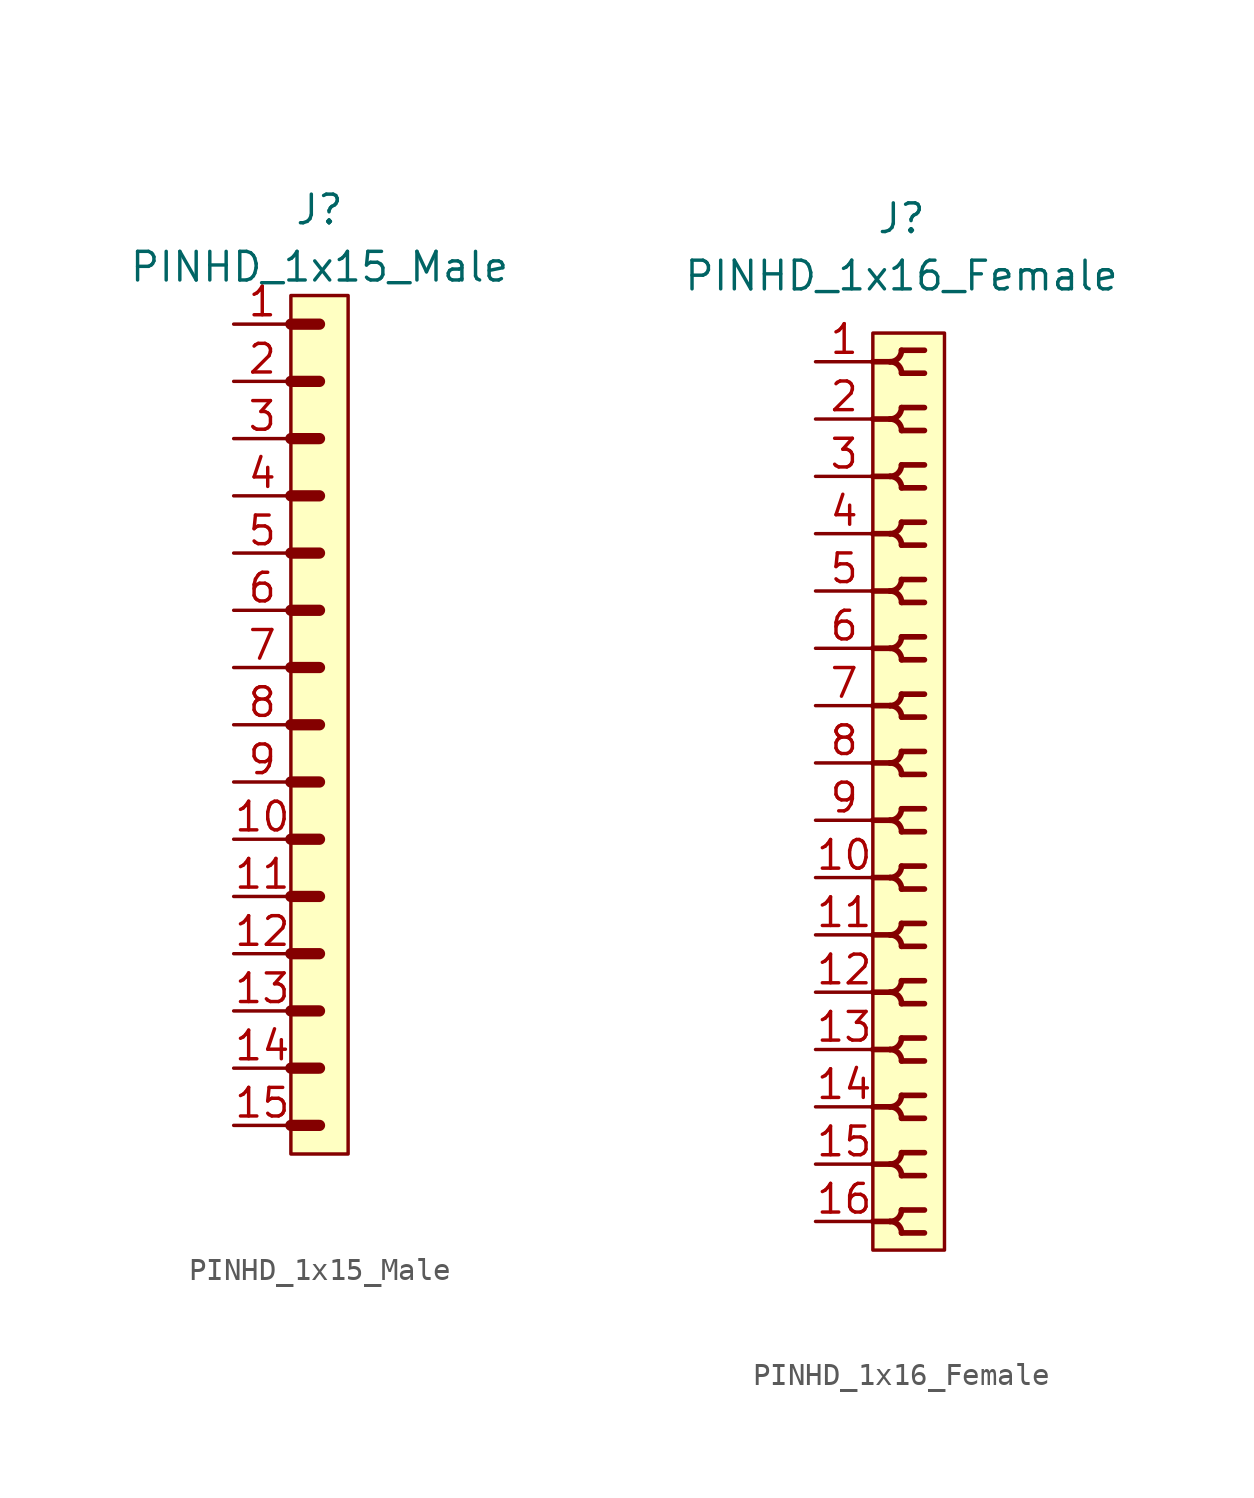
<source format=kicad_sym>
(kicad_symbol_lib
  (version 20211014)
  (generator kicad_symbol_editor)
  (symbol "PINHD_1x15_Male"
    (property "Reference" "J"
      (at 0 22.86 0)
      (effects (font (size 1.27 1.27))))
    (property "Value" "PINHD_1x15_Male"
      (at 0 20.32 0)
      (effects (font (size 1.27 1.27))))
    (symbol "PINHD_1x15_Male_0_1"
      (rectangle (start -1.27 19.05) (end 1.27 -19.05) (stroke (width 0) (type default) (color 0 0 0 0)) (fill (type background)))
      (polyline (pts (xy -1.27 -17.78) (xy 0 -17.78)) (stroke (width 0.5) (type default) (color 0 0 0 0)) (fill (type none)))
      (polyline (pts (xy -1.27 -15.24) (xy 0 -15.24)) (stroke (width 0.5) (type default) (color 0 0 0 0)) (fill (type none)))
      (polyline (pts (xy -1.27 -12.7) (xy 0 -12.7)) (stroke (width 0.5) (type default) (color 0 0 0 0)) (fill (type none)))
      (polyline (pts (xy -1.27 -10.16) (xy 0 -10.16)) (stroke (width 0.5) (type default) (color 0 0 0 0)) (fill (type none)))
      (polyline (pts (xy -1.27 -7.62) (xy 0 -7.62)) (stroke (width 0.5) (type default) (color 0 0 0 0)) (fill (type none)))
      (polyline (pts (xy -1.27 -5.08) (xy 0 -5.08)) (stroke (width 0.3) (type default) (color 0 0 0 0)) (fill (type none)))
      (polyline (pts (xy -1.27 -5.08) (xy 0 -5.08)) (stroke (width 0.5) (type default) (color 0 0 0 0)) (fill (type none)))
      (polyline (pts (xy -1.27 -2.54) (xy 0 -2.54)) (stroke (width 0.3) (type default) (color 0 0 0 0)) (fill (type none)))
      (polyline (pts (xy -1.27 -2.54) (xy 0 -2.54)) (stroke (width 0.5) (type default) (color 0 0 0 0)) (fill (type none)))
      (polyline (pts (xy -1.27 0) (xy 0 0)) (stroke (width 0.3) (type default) (color 0 0 0 0)) (fill (type none)))
      (polyline (pts (xy -1.27 0) (xy 0 0)) (stroke (width 0.5) (type default) (color 0 0 0 0)) (fill (type none)))
      (polyline (pts (xy -1.27 2.54) (xy 0 2.54)) (stroke (width 0.3) (type default) (color 0 0 0 0)) (fill (type none)))
      (polyline (pts (xy -1.27 2.54) (xy 0 2.54)) (stroke (width 0.5) (type default) (color 0 0 0 0)) (fill (type none)))
      (polyline (pts (xy -1.27 5.08) (xy 0 5.08)) (stroke (width 0.3) (type default) (color 0 0 0 0)) (fill (type none)))
      (polyline (pts (xy -1.27 5.08) (xy 0 5.08)) (stroke (width 0.5) (type default) (color 0 0 0 0)) (fill (type none)))
      (polyline (pts (xy -1.27 7.62) (xy 0 7.62)) (stroke (width 0.3) (type default) (color 0 0 0 0)) (fill (type none)))
      (polyline (pts (xy -1.27 7.62) (xy 0 7.62)) (stroke (width 0.5) (type default) (color 0 0 0 0)) (fill (type none)))
      (polyline (pts (xy -1.27 10.16) (xy 0 10.16)) (stroke (width 0.3) (type default) (color 0 0 0 0)) (fill (type none)))
      (polyline (pts (xy -1.27 10.16) (xy 0 10.16)) (stroke (width 0.5) (type default) (color 0 0 0 0)) (fill (type none)))
      (polyline (pts (xy -1.27 12.7) (xy 0 12.7)) (stroke (width 0.3) (type default) (color 0 0 0 0)) (fill (type none)))
      (polyline (pts (xy -1.27 12.7) (xy 0 12.7)) (stroke (width 0.5) (type default) (color 0 0 0 0)) (fill (type none)))
      (polyline (pts (xy -1.27 15.24) (xy 0 15.24)) (stroke (width 0.3) (type default) (color 0 0 0 0)) (fill (type none)))
      (polyline (pts (xy -1.27 15.24) (xy 0 15.24)) (stroke (width 0.5) (type default) (color 0 0 0 0)) (fill (type none)))
      (polyline (pts (xy -1.27 17.78) (xy 0 17.78)) (stroke (width 0.5) (type default) (color 0 0 0 0)) (fill (type none))))
    (symbol "PINHD_1x15_Male_1_1"
      (pin passive line (at -3.81 17.78 0) (length 2.54) (name "" (effects (font (size 1.27 1.27)))) (number "1" (effects (font (size 1.27 1.27)))))
      (pin passive line (at -3.81 -5.08 0) (length 2.54) (name "" (effects (font (size 1.27 1.27)))) (number "10" (effects (font (size 1.27 1.27)))))
      (pin passive line (at -3.81 -7.62 0) (length 2.54) (name "" (effects (font (size 1.27 1.27)))) (number "11" (effects (font (size 1.27 1.27)))))
      (pin passive line (at -3.81 -10.16 0) (length 2.54) (name "" (effects (font (size 1.27 1.27)))) (number "12" (effects (font (size 1.27 1.27)))))
      (pin passive line (at -3.81 -12.7 0) (length 2.54) (name "" (effects (font (size 1.27 1.27)))) (number "13" (effects (font (size 1.27 1.27)))))
      (pin passive line (at -3.81 -15.24 0) (length 2.54) (name "" (effects (font (size 1.27 1.27)))) (number "14" (effects (font (size 1.27 1.27)))))
      (pin passive line (at -3.81 -17.78 0) (length 2.54) (name "" (effects (font (size 1.27 1.27)))) (number "15" (effects (font (size 1.27 1.27)))))
      (pin passive line (at -3.81 15.24 0) (length 2.54) (name "" (effects (font (size 1.27 1.27)))) (number "2" (effects (font (size 1.27 1.27)))))
      (pin passive line (at -3.81 12.7 0) (length 2.54) (name "" (effects (font (size 1.27 1.27)))) (number "3" (effects (font (size 1.27 1.27)))))
      (pin passive line (at -3.81 10.16 0) (length 2.54) (name "" (effects (font (size 1.27 1.27)))) (number "4" (effects (font (size 1.27 1.27)))))
      (pin passive line (at -3.81 7.62 0) (length 2.54) (name "" (effects (font (size 1.27 1.27)))) (number "5" (effects (font (size 1.27 1.27)))))
      (pin passive line (at -3.81 5.08 0) (length 2.54) (name "" (effects (font (size 1.27 1.27)))) (number "6" (effects (font (size 1.27 1.27)))))
      (pin passive line (at -3.81 2.54 0) (length 2.54) (name "" (effects (font (size 1.27 1.27)))) (number "7" (effects (font (size 1.27 1.27)))))
      (pin passive line (at -3.81 0 0) (length 2.54) (name "" (effects (font (size 1.27 1.27)))) (number "8" (effects (font (size 1.27 1.27)))))
      (pin passive line (at -3.81 -2.54 0) (length 2.54) (name "" (effects (font (size 1.27 1.27)))) (number "9" (effects (font (size 1.27 1.27)))))))
  (symbol "PINHD_1x16_Female"
    (property "Reference" "J"
      (at 0 25.4 0)
      (effects (font (size 1.27 1.27))))
    (property "Value" "PINHD_1x16_Female"
      (at 0 22.86 0)
      (effects (font (size 1.27 1.27))))
    (symbol "PINHD_1x16_Female_0_1"
      (rectangle (start -1.27 20.32) (end 1.905 -20.32) (stroke (width 0) (type default) (color 0 0 0 0)) (fill (type background)))
      (arc (start -0.508 -19.05) (mid 0.3592 -19.4092) (end 0 -18.542) (stroke (width 0.25) (type default) (color 0 0 0 0)) (fill (type none)))
      (arc (start -0.508 -16.51) (mid 0.3592 -16.8692) (end 0 -16.002) (stroke (width 0.25) (type default) (color 0 0 0 0)) (fill (type none)))
      (arc (start -0.508 -13.97) (mid 0.3592 -14.3292) (end 0 -13.462) (stroke (width 0.25) (type default) (color 0 0 0 0)) (fill (type none)))
      (arc (start -0.508 -11.43) (mid 0.3592 -11.7892) (end 0 -10.922) (stroke (width 0.25) (type default) (color 0 0 0 0)) (fill (type none)))
      (arc (start -0.508 -8.89) (mid 0.3592 -9.2492) (end 0 -8.382) (stroke (width 0.25) (type default) (color 0 0 0 0)) (fill (type none)))
      (arc (start -0.508 -6.35) (mid 0.3592 -6.7092) (end 0 -5.842) (stroke (width 0.25) (type default) (color 0 0 0 0)) (fill (type none)))
      (arc (start -0.508 -3.81) (mid 0.3592 -4.1692) (end 0 -3.302) (stroke (width 0.25) (type default) (color 0 0 0 0)) (fill (type none)))
      (arc (start -0.508 -1.27) (mid 0.3592 -1.6292) (end 0 -0.762) (stroke (width 0.25) (type default) (color 0 0 0 0)) (fill (type none)))
      (arc (start -0.508 1.27) (mid 0.3592 0.9108) (end 0 1.778) (stroke (width 0.25) (type default) (color 0 0 0 0)) (fill (type none)))
      (arc (start -0.508 3.81) (mid 0.3592 3.4508) (end 0 4.318) (stroke (width 0.25) (type default) (color 0 0 0 0)) (fill (type none)))
      (arc (start -0.508 6.35) (mid 0.3592 5.9908) (end 0 6.858) (stroke (width 0.25) (type default) (color 0 0 0 0)) (fill (type none)))
      (arc (start -0.508 8.89) (mid 0.3592 8.5308) (end 0 9.398) (stroke (width 0.25) (type default) (color 0 0 0 0)) (fill (type none)))
      (arc (start -0.508 11.43) (mid 0.3592 11.0708) (end 0 11.938) (stroke (width 0.25) (type default) (color 0 0 0 0)) (fill (type none)))
      (arc (start -0.508 13.97) (mid 0.3592 13.6108) (end 0 14.478) (stroke (width 0.25) (type default) (color 0 0 0 0)) (fill (type none)))
      (arc (start -0.508 16.51) (mid 0.3592 16.1508) (end 0 17.018) (stroke (width 0.25) (type default) (color 0 0 0 0)) (fill (type none)))
      (arc (start -0.508 19.05) (mid 0.3592 18.6908) (end 0 19.558) (stroke (width 0.25) (type default) (color 0 0 0 0)) (fill (type none)))
      (arc (start 0 -19.558) (mid 0.3592 -18.6908) (end -0.508 -19.05) (stroke (width 0.25) (type default) (color 0 0 0 0)) (fill (type none)))
      (arc (start 0 -17.018) (mid 0.3592 -16.1508) (end -0.508 -16.51) (stroke (width 0.25) (type default) (color 0 0 0 0)) (fill (type none)))
      (arc (start 0 -14.478) (mid 0.3592 -13.6108) (end -0.508 -13.97) (stroke (width 0.25) (type default) (color 0 0 0 0)) (fill (type none)))
      (arc (start 0 -11.938) (mid 0.3592 -11.0708) (end -0.508 -11.43) (stroke (width 0.25) (type default) (color 0 0 0 0)) (fill (type none)))
      (arc (start 0 -9.398) (mid 0.3592 -8.5308) (end -0.508 -8.89) (stroke (width 0.25) (type default) (color 0 0 0 0)) (fill (type none)))
      (arc (start 0 -6.858) (mid 0.3592 -5.9908) (end -0.508 -6.35) (stroke (width 0.25) (type default) (color 0 0 0 0)) (fill (type none)))
      (arc (start 0 -4.318) (mid 0.3592 -3.4508) (end -0.508 -3.81) (stroke (width 0.25) (type default) (color 0 0 0 0)) (fill (type none)))
      (arc (start 0 -1.778) (mid 0.3592 -0.9108) (end -0.508 -1.27) (stroke (width 0.25) (type default) (color 0 0 0 0)) (fill (type none)))
      (polyline (pts (xy -1.27 -19.05) (xy -0.508 -19.05)) (stroke (width 0.25) (type default) (color 0 0 0 0)) (fill (type none)))
      (polyline (pts (xy -1.27 -16.51) (xy -0.508 -16.51)) (stroke (width 0.25) (type default) (color 0 0 0 0)) (fill (type none)))
      (polyline (pts (xy -1.27 -13.97) (xy -0.508 -13.97)) (stroke (width 0.25) (type default) (color 0 0 0 0)) (fill (type none)))
      (polyline (pts (xy -1.27 -11.43) (xy -0.508 -11.43)) (stroke (width 0.25) (type default) (color 0 0 0 0)) (fill (type none)))
      (polyline (pts (xy -1.27 -8.89) (xy -0.508 -8.89)) (stroke (width 0.25) (type default) (color 0 0 0 0)) (fill (type none)))
      (polyline (pts (xy -1.27 -6.35) (xy -0.508 -6.35)) (stroke (width 0.25) (type default) (color 0 0 0 0)) (fill (type none)))
      (polyline (pts (xy -1.27 -3.81) (xy -0.508 -3.81)) (stroke (width 0.25) (type default) (color 0 0 0 0)) (fill (type none)))
      (polyline (pts (xy -1.27 -1.27) (xy -0.508 -1.27)) (stroke (width 0.25) (type default) (color 0 0 0 0)) (fill (type none)))
      (polyline (pts (xy -1.27 1.27) (xy -0.508 1.27)) (stroke (width 0.25) (type default) (color 0 0 0 0)) (fill (type none)))
      (polyline (pts (xy -1.27 3.81) (xy -0.508 3.81)) (stroke (width 0.25) (type default) (color 0 0 0 0)) (fill (type none)))
      (polyline (pts (xy -1.27 6.35) (xy -0.508 6.35)) (stroke (width 0.25) (type default) (color 0 0 0 0)) (fill (type none)))
      (polyline (pts (xy -1.27 8.89) (xy -0.508 8.89)) (stroke (width 0.25) (type default) (color 0 0 0 0)) (fill (type none)))
      (polyline (pts (xy -1.27 11.43) (xy -0.508 11.43)) (stroke (width 0.25) (type default) (color 0 0 0 0)) (fill (type none)))
      (polyline (pts (xy -1.27 13.97) (xy -0.508 13.97)) (stroke (width 0.25) (type default) (color 0 0 0 0)) (fill (type none)))
      (polyline (pts (xy -1.27 16.51) (xy -0.508 16.51)) (stroke (width 0.25) (type default) (color 0 0 0 0)) (fill (type none)))
      (polyline (pts (xy -1.27 19.05) (xy -0.508 19.05)) (stroke (width 0.25) (type default) (color 0 0 0 0)) (fill (type none)))
      (polyline (pts (xy 0 -19.558) (xy 1.016 -19.558)) (stroke (width 0.25) (type default) (color 0 0 0 0)) (fill (type none)))
      (polyline (pts (xy 0 -18.542) (xy 1.016 -18.542)) (stroke (width 0.25) (type default) (color 0 0 0 0)) (fill (type none)))
      (polyline (pts (xy 0 -17.018) (xy 1.016 -17.018)) (stroke (width 0.25) (type default) (color 0 0 0 0)) (fill (type none)))
      (polyline (pts (xy 0 -16.002) (xy 1.016 -16.002)) (stroke (width 0.25) (type default) (color 0 0 0 0)) (fill (type none)))
      (polyline (pts (xy 0 -14.478) (xy 1.016 -14.478)) (stroke (width 0.25) (type default) (color 0 0 0 0)) (fill (type none)))
      (polyline (pts (xy 0 -13.462) (xy 1.016 -13.462)) (stroke (width 0.25) (type default) (color 0 0 0 0)) (fill (type none)))
      (polyline (pts (xy 0 -11.938) (xy 1.016 -11.938)) (stroke (width 0.25) (type default) (color 0 0 0 0)) (fill (type none)))
      (polyline (pts (xy 0 -10.922) (xy 1.016 -10.922)) (stroke (width 0.25) (type default) (color 0 0 0 0)) (fill (type none)))
      (polyline (pts (xy 0 -9.398) (xy 1.016 -9.398)) (stroke (width 0.25) (type default) (color 0 0 0 0)) (fill (type none)))
      (polyline (pts (xy 0 -8.382) (xy 1.016 -8.382)) (stroke (width 0.25) (type default) (color 0 0 0 0)) (fill (type none)))
      (polyline (pts (xy 0 -6.858) (xy 1.016 -6.858)) (stroke (width 0.25) (type default) (color 0 0 0 0)) (fill (type none)))
      (polyline (pts (xy 0 -5.842) (xy 1.016 -5.842)) (stroke (width 0.25) (type default) (color 0 0 0 0)) (fill (type none)))
      (polyline (pts (xy 0 -4.318) (xy 1.016 -4.318)) (stroke (width 0.25) (type default) (color 0 0 0 0)) (fill (type none)))
      (polyline (pts (xy 0 -3.302) (xy 1.016 -3.302)) (stroke (width 0.25) (type default) (color 0 0 0 0)) (fill (type none)))
      (polyline (pts (xy 0 -1.778) (xy 1.016 -1.778)) (stroke (width 0.25) (type default) (color 0 0 0 0)) (fill (type none)))
      (polyline (pts (xy 0 -0.762) (xy 1.016 -0.762)) (stroke (width 0.25) (type default) (color 0 0 0 0)) (fill (type none)))
      (polyline (pts (xy 0 0.762) (xy 1.016 0.762)) (stroke (width 0.25) (type default) (color 0 0 0 0)) (fill (type none)))
      (polyline (pts (xy 0 1.778) (xy 1.016 1.778)) (stroke (width 0.25) (type default) (color 0 0 0 0)) (fill (type none)))
      (polyline (pts (xy 0 3.302) (xy 1.016 3.302)) (stroke (width 0.25) (type default) (color 0 0 0 0)) (fill (type none)))
      (polyline (pts (xy 0 4.318) (xy 1.016 4.318)) (stroke (width 0.25) (type default) (color 0 0 0 0)) (fill (type none)))
      (polyline (pts (xy 0 5.842) (xy 1.016 5.842)) (stroke (width 0.25) (type default) (color 0 0 0 0)) (fill (type none)))
      (polyline (pts (xy 0 6.858) (xy 1.016 6.858)) (stroke (width 0.25) (type default) (color 0 0 0 0)) (fill (type none)))
      (polyline (pts (xy 0 8.382) (xy 1.016 8.382)) (stroke (width 0.25) (type default) (color 0 0 0 0)) (fill (type none)))
      (polyline (pts (xy 0 9.398) (xy 1.016 9.398)) (stroke (width 0.25) (type default) (color 0 0 0 0)) (fill (type none)))
      (polyline (pts (xy 0 10.922) (xy 1.016 10.922)) (stroke (width 0.25) (type default) (color 0 0 0 0)) (fill (type none)))
      (polyline (pts (xy 0 11.938) (xy 1.016 11.938)) (stroke (width 0.25) (type default) (color 0 0 0 0)) (fill (type none)))
      (polyline (pts (xy 0 13.462) (xy 1.016 13.462)) (stroke (width 0.25) (type default) (color 0 0 0 0)) (fill (type none)))
      (polyline (pts (xy 0 14.478) (xy 1.016 14.478)) (stroke (width 0.25) (type default) (color 0 0 0 0)) (fill (type none)))
      (polyline (pts (xy 0 16.002) (xy 1.016 16.002)) (stroke (width 0.25) (type default) (color 0 0 0 0)) (fill (type none)))
      (polyline (pts (xy 0 17.018) (xy 1.016 17.018)) (stroke (width 0.25) (type default) (color 0 0 0 0)) (fill (type none)))
      (polyline (pts (xy 0 18.542) (xy 1.016 18.542)) (stroke (width 0.25) (type default) (color 0 0 0 0)) (fill (type none)))
      (polyline (pts (xy 0 19.558) (xy 1.016 19.558)) (stroke (width 0.25) (type default) (color 0 0 0 0)) (fill (type none)))
      (arc (start 0 0.762) (mid 0.3592 1.6292) (end -0.508 1.27) (stroke (width 0.25) (type default) (color 0 0 0 0)) (fill (type none)))
      (arc (start 0 3.302) (mid 0.3592 4.1692) (end -0.508 3.81) (stroke (width 0.25) (type default) (color 0 0 0 0)) (fill (type none)))
      (arc (start 0 5.842) (mid 0.3592 6.7092) (end -0.508 6.35) (stroke (width 0.25) (type default) (color 0 0 0 0)) (fill (type none)))
      (arc (start 0 8.382) (mid 0.3592 9.2492) (end -0.508 8.89) (stroke (width 0.25) (type default) (color 0 0 0 0)) (fill (type none)))
      (arc (start 0 10.922) (mid 0.3592 11.7892) (end -0.508 11.43) (stroke (width 0.25) (type default) (color 0 0 0 0)) (fill (type none)))
      (arc (start 0 13.462) (mid 0.3592 14.3292) (end -0.508 13.97) (stroke (width 0.25) (type default) (color 0 0 0 0)) (fill (type none)))
      (arc (start 0 16.002) (mid 0.3592 16.8692) (end -0.508 16.51) (stroke (width 0.25) (type default) (color 0 0 0 0)) (fill (type none)))
      (arc (start 0 18.542) (mid 0.3592 19.4092) (end -0.508 19.05) (stroke (width 0.25) (type default) (color 0 0 0 0)) (fill (type none))))
    (symbol "PINHD_1x16_Female_1_1"
      (pin passive line (at -3.81 19.05 0) (length 2.54) (name "" (effects (font (size 1.27 1.27)))) (number "1" (effects (font (size 1.27 1.27)))))
      (pin passive line (at -3.81 -3.81 0) (length 2.54) (name "" (effects (font (size 1.27 1.27)))) (number "10" (effects (font (size 1.27 1.27)))))
      (pin passive line (at -3.81 -6.35 0) (length 2.54) (name "" (effects (font (size 1.27 1.27)))) (number "11" (effects (font (size 1.27 1.27)))))
      (pin passive line (at -3.81 -8.89 0) (length 2.54) (name "" (effects (font (size 1.27 1.27)))) (number "12" (effects (font (size 1.27 1.27)))))
      (pin passive line (at -3.81 -11.43 0) (length 2.54) (name "" (effects (font (size 1.27 1.27)))) (number "13" (effects (font (size 1.27 1.27)))))
      (pin passive line (at -3.81 -13.97 0) (length 2.54) (name "" (effects (font (size 1.27 1.27)))) (number "14" (effects (font (size 1.27 1.27)))))
      (pin passive line (at -3.81 -16.51 0) (length 2.54) (name "" (effects (font (size 1.27 1.27)))) (number "15" (effects (font (size 1.27 1.27)))))
      (pin passive line (at -3.81 -19.05 0) (length 2.54) (name "" (effects (font (size 1.27 1.27)))) (number "16" (effects (font (size 1.27 1.27)))))
      (pin passive line (at -3.81 16.51 0) (length 2.54) (name "" (effects (font (size 1.27 1.27)))) (number "2" (effects (font (size 1.27 1.27)))))
      (pin passive line (at -3.81 13.97 0) (length 2.54) (name "" (effects (font (size 1.27 1.27)))) (number "3" (effects (font (size 1.27 1.27)))))
      (pin passive line (at -3.81 11.43 0) (length 2.54) (name "" (effects (font (size 1.27 1.27)))) (number "4" (effects (font (size 1.27 1.27)))))
      (pin passive line (at -3.81 8.89 0) (length 2.54) (name "" (effects (font (size 1.27 1.27)))) (number "5" (effects (font (size 1.27 1.27)))))
      (pin passive line (at -3.81 6.35 0) (length 2.54) (name "" (effects (font (size 1.27 1.27)))) (number "6" (effects (font (size 1.27 1.27)))))
      (pin passive line (at -3.81 3.81 0) (length 2.54) (name "" (effects (font (size 1.27 1.27)))) (number "7" (effects (font (size 1.27 1.27)))))
      (pin passive line (at -3.81 1.27 0) (length 2.54) (name "" (effects (font (size 1.27 1.27)))) (number "8" (effects (font (size 1.27 1.27)))))
      (pin passive line (at -3.81 -1.27 0) (length 2.54) (name "" (effects (font (size 1.27 1.27)))) (number "9" (effects (font (size 1.27 1.27))))))))
</source>
